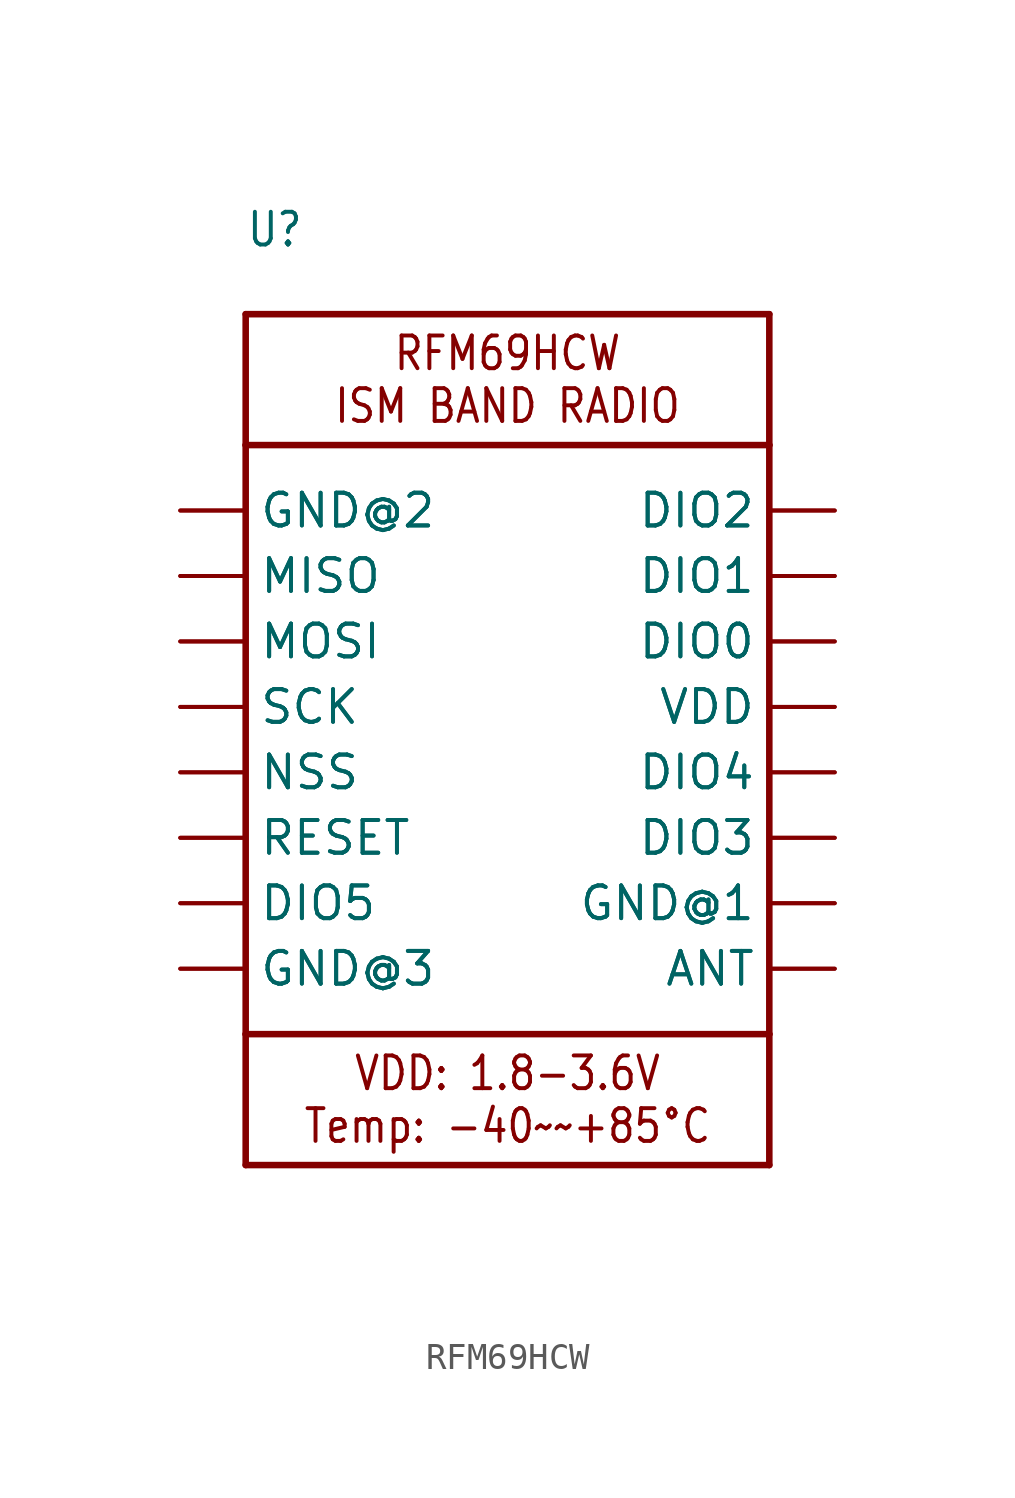
<source format=kicad_sym>
(kicad_symbol_lib
  (version 20231120)
  (generator "kicad_symbol_editor")
  (generator_version "8.0")
  (symbol "RFM69HCW"
    (property "Reference" "U"
      (at -10.16 17.78 0)
      (effects (font (size 1.27 1.079)) (justify left bottom)))
    (property "Value" ""
      (at -10.16 -20.32 0)
      (effects (font (size 1.27 1.079)) (justify left bottom)))
    (property "ki_locked" ""
      (at 0 0 0)
      (effects (font (size 1.27 1.27))))
    (symbol "RFM69HCW_1_0"
      (polyline (pts (xy -10.16 -17.78) (xy 10.16 -17.78)) (stroke (width 0.254) (type solid)) (fill (type none)))
      (polyline (pts (xy -10.16 -12.7) (xy -10.16 -17.78)) (stroke (width 0.254) (type solid)) (fill (type none)))
      (polyline (pts (xy -10.16 -12.7) (xy -10.16 10.16)) (stroke (width 0.254) (type solid)) (fill (type none)))
      (polyline (pts (xy -10.16 10.16) (xy -10.16 15.24)) (stroke (width 0.254) (type solid)) (fill (type none)))
      (polyline (pts (xy -10.16 10.16) (xy 10.16 10.16)) (stroke (width 0.254) (type solid)) (fill (type none)))
      (polyline (pts (xy -10.16 15.24) (xy 10.16 15.24)) (stroke (width 0.254) (type solid)) (fill (type none)))
      (polyline (pts (xy 10.16 -17.78) (xy 10.16 -12.7)) (stroke (width 0.254) (type solid)) (fill (type none)))
      (polyline (pts (xy 10.16 -12.7) (xy -10.16 -12.7)) (stroke (width 0.254) (type solid)) (fill (type none)))
      (polyline (pts (xy 10.16 10.16) (xy 10.16 -12.7)) (stroke (width 0.254) (type solid)) (fill (type none)))
      (polyline (pts (xy 10.16 15.24) (xy 10.16 10.16)) (stroke (width 0.254) (type solid)) (fill (type none)))
      (text "RFM69HCW\nISM BAND RADIO" (at 0 12.7 0) (effects (font (size 1.27 1.079))))
      (text "VDD: 1.8-3.6V\nTemp: -40~~+85°C" (at 0 -15.24 0) (effects (font (size 1.27 1.079))))
      (pin bidirectional line (at 12.7 -10.16 180) (length 2.54) (name "ANT" (effects (font (size 1.27 1.27)))) (number "1" (effects (font (size 0 0)))))
      (pin output line (at -12.7 5.08 0) (length 2.54) (name "MISO" (effects (font (size 1.27 1.27)))) (number "10" (effects (font (size 0 0)))))
      (pin output line (at -12.7 5.08 0) (length 2.54) (name "MISO" (effects (font (size 1.27 1.27)))) (number "10P" (effects (font (size 0 0)))))
      (pin input line (at -12.7 2.54 0) (length 2.54) (name "MOSI" (effects (font (size 1.27 1.27)))) (number "11" (effects (font (size 0 0)))))
      (pin input line (at -12.7 2.54 0) (length 2.54) (name "MOSI" (effects (font (size 1.27 1.27)))) (number "11P" (effects (font (size 0 0)))))
      (pin input line (at -12.7 0 0) (length 2.54) (name "SCK" (effects (font (size 1.27 1.27)))) (number "12" (effects (font (size 0 0)))))
      (pin input line (at -12.7 0 0) (length 2.54) (name "SCK" (effects (font (size 1.27 1.27)))) (number "12P" (effects (font (size 0 0)))))
      (pin input line (at -12.7 -2.54 0) (length 2.54) (name "NSS" (effects (font (size 1.27 1.27)))) (number "13" (effects (font (size 0 0)))))
      (pin input line (at -12.7 -2.54 0) (length 2.54) (name "NSS" (effects (font (size 1.27 1.27)))) (number "13P" (effects (font (size 0 0)))))
      (pin input line (at -12.7 -5.08 0) (length 2.54) (name "RESET" (effects (font (size 1.27 1.27)))) (number "14" (effects (font (size 0 0)))))
      (pin input line (at -12.7 -5.08 0) (length 2.54) (name "RESET" (effects (font (size 1.27 1.27)))) (number "14P" (effects (font (size 0 0)))))
      (pin bidirectional line (at -12.7 -7.62 0) (length 2.54) (name "DIO5" (effects (font (size 1.27 1.27)))) (number "15" (effects (font (size 0 0)))))
      (pin bidirectional line (at -12.7 -7.62 0) (length 2.54) (name "DIO5" (effects (font (size 1.27 1.27)))) (number "15P" (effects (font (size 0 0)))))
      (pin power_in line (at -12.7 -10.16 0) (length 2.54) (name "GND@3" (effects (font (size 1.27 1.27)))) (number "16" (effects (font (size 0 0)))))
      (pin power_in line (at -12.7 -10.16 0) (length 2.54) (name "GND@3" (effects (font (size 1.27 1.27)))) (number "16P" (effects (font (size 0 0)))))
      (pin bidirectional line (at 12.7 -10.16 180) (length 2.54) (name "ANT" (effects (font (size 1.27 1.27)))) (number "1P" (effects (font (size 0 0)))))
      (pin power_in line (at 12.7 -7.62 180) (length 2.54) (name "GND@1" (effects (font (size 1.27 1.27)))) (number "2" (effects (font (size 0 0)))))
      (pin power_in line (at 12.7 -7.62 180) (length 2.54) (name "GND@1" (effects (font (size 1.27 1.27)))) (number "2P" (effects (font (size 0 0)))))
      (pin bidirectional line (at 12.7 -5.08 180) (length 2.54) (name "DIO3" (effects (font (size 1.27 1.27)))) (number "3" (effects (font (size 0 0)))))
      (pin bidirectional line (at 12.7 -5.08 180) (length 2.54) (name "DIO3" (effects (font (size 1.27 1.27)))) (number "3P" (effects (font (size 0 0)))))
      (pin bidirectional line (at 12.7 -2.54 180) (length 2.54) (name "DIO4" (effects (font (size 1.27 1.27)))) (number "4" (effects (font (size 0 0)))))
      (pin bidirectional line (at 12.7 -2.54 180) (length 2.54) (name "DIO4" (effects (font (size 1.27 1.27)))) (number "4P" (effects (font (size 0 0)))))
      (pin power_in line (at 12.7 0 180) (length 2.54) (name "VDD" (effects (font (size 1.27 1.27)))) (number "5" (effects (font (size 0 0)))))
      (pin power_in line (at 12.7 0 180) (length 2.54) (name "VDD" (effects (font (size 1.27 1.27)))) (number "5P" (effects (font (size 0 0)))))
      (pin bidirectional line (at 12.7 2.54 180) (length 2.54) (name "DIO0" (effects (font (size 1.27 1.27)))) (number "6" (effects (font (size 0 0)))))
      (pin bidirectional line (at 12.7 2.54 180) (length 2.54) (name "DIO0" (effects (font (size 1.27 1.27)))) (number "6P" (effects (font (size 0 0)))))
      (pin bidirectional line (at 12.7 5.08 180) (length 2.54) (name "DIO1" (effects (font (size 1.27 1.27)))) (number "7" (effects (font (size 0 0)))))
      (pin bidirectional line (at 12.7 5.08 180) (length 2.54) (name "DIO1" (effects (font (size 1.27 1.27)))) (number "7P" (effects (font (size 0 0)))))
      (pin bidirectional line (at 12.7 7.62 180) (length 2.54) (name "DIO2" (effects (font (size 1.27 1.27)))) (number "8" (effects (font (size 0 0)))))
      (pin bidirectional line (at 12.7 7.62 180) (length 2.54) (name "DIO2" (effects (font (size 1.27 1.27)))) (number "8P" (effects (font (size 0 0)))))
      (pin power_in line (at -12.7 7.62 0) (length 2.54) (name "GND@2" (effects (font (size 1.27 1.27)))) (number "9" (effects (font (size 0 0)))))
      (pin power_in line (at -12.7 7.62 0) (length 2.54) (name "GND@2" (effects (font (size 1.27 1.27)))) (number "9P" (effects (font (size 0 0))))))))
</source>
